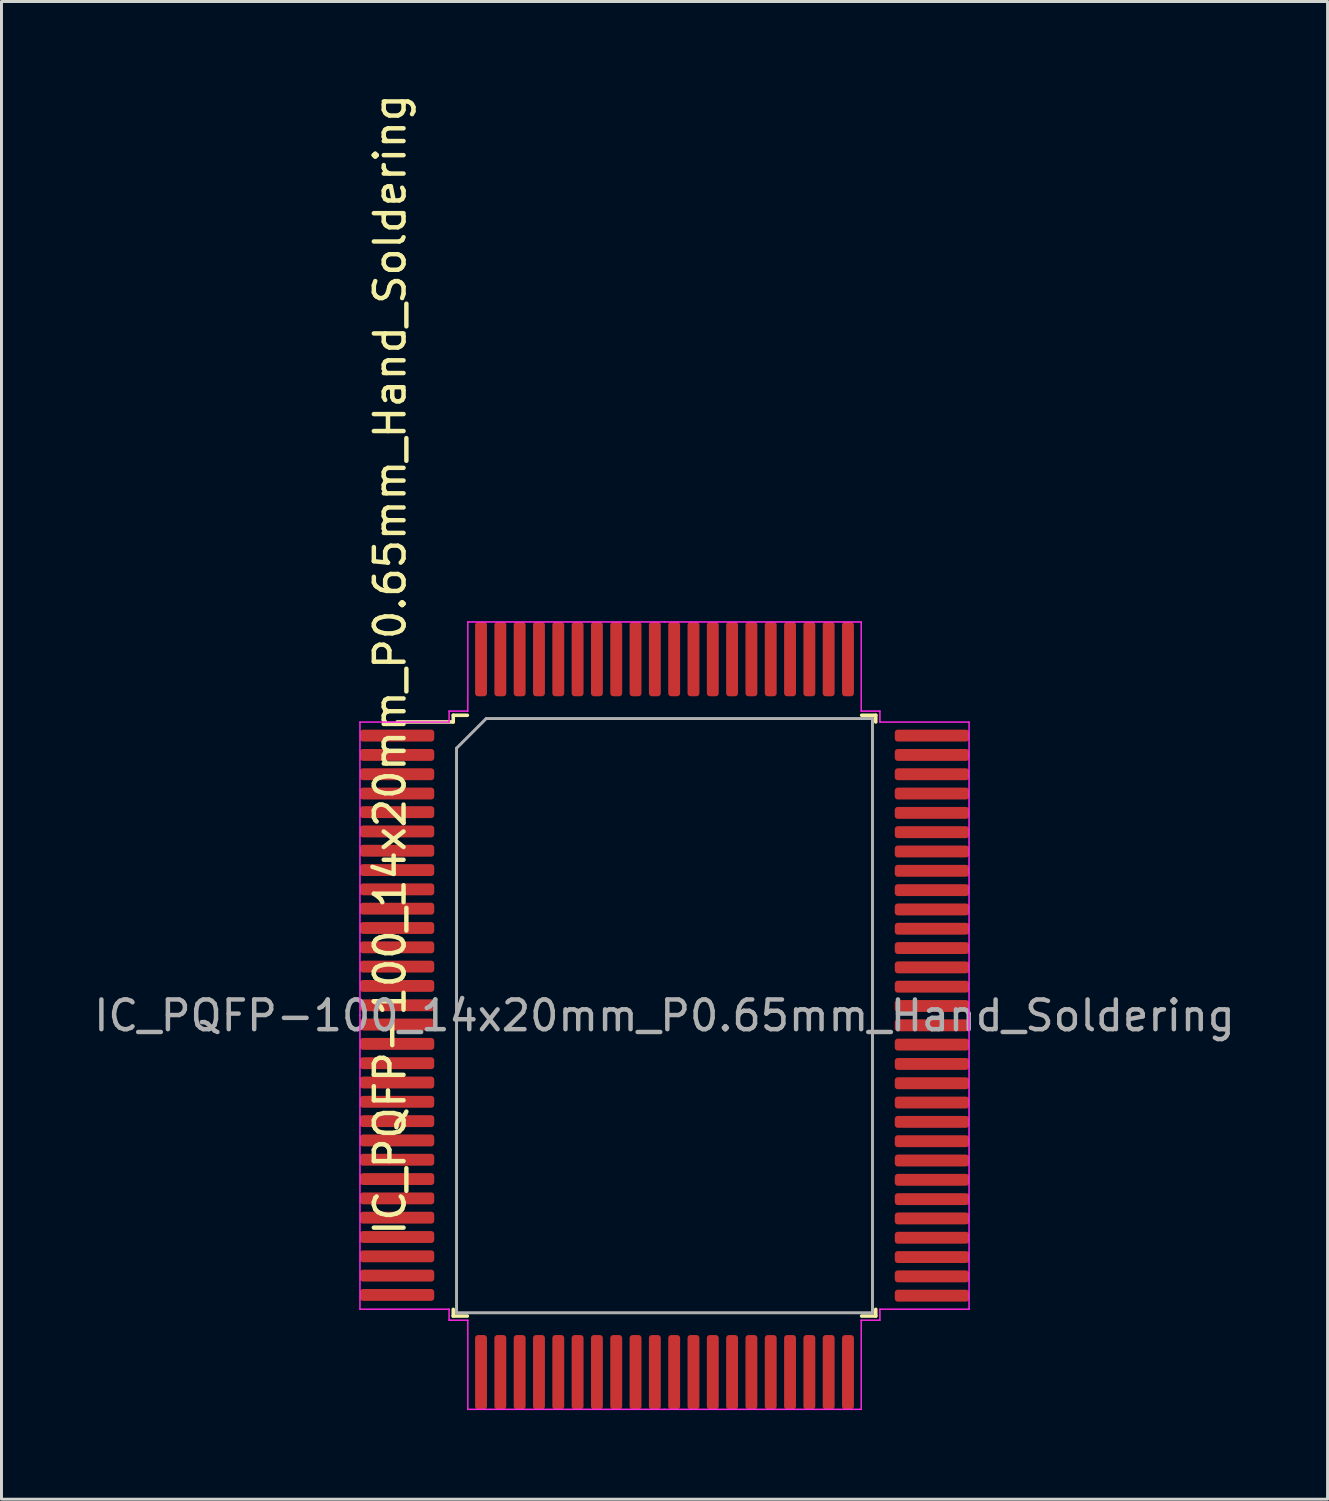
<source format=kicad_pcb>
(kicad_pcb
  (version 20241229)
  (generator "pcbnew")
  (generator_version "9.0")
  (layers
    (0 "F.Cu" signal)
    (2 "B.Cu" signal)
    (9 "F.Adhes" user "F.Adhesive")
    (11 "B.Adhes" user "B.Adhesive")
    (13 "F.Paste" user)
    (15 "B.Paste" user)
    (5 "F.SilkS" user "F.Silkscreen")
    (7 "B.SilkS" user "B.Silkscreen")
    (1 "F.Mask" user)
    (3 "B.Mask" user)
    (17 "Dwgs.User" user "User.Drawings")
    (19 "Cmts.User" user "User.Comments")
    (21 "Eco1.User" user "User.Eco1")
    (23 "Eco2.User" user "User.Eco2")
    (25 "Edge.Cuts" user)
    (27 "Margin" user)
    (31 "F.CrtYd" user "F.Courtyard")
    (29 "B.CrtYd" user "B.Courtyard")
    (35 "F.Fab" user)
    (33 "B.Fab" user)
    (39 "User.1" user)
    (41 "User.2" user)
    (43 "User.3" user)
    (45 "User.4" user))
  (footprint "IC_PQFP-100_14x20mm_P0.65mm_Hand_Soldering"
    (layer "F.Cu")
    (at 19.315 31.133)
    (property "Reference" "IC_PQFP-100_14x20mm_P0.65mm_Hand_Soldering" (at -9.238 -11.818 90) (layer "F.SilkS") (effects (font (size 1 1) (thickness 0.15))))
    (attr smd)
    (fp_line (start -7.11 -10.11) (end -7.11 -9.885) (stroke (width 0.12) (type solid)) (layer "F.SilkS"))
    (fp_line (start -7.11 -9.885) (end -9 -9.885) (stroke (width 0.12) (type solid)) (layer "F.SilkS"))
    (fp_line (start -7.11 10.11) (end -7.11 9.885) (stroke (width 0.12) (type solid)) (layer "F.SilkS"))
    (fp_line (start -6.635 -10.11) (end -7.11 -10.11) (stroke (width 0.12) (type solid)) (layer "F.SilkS"))
    (fp_line (start -6.635 10.11) (end -7.11 10.11) (stroke (width 0.12) (type solid)) (layer "F.SilkS"))
    (fp_line (start 6.635 -10.11) (end 7.11 -10.11) (stroke (width 0.12) (type solid)) (layer "F.SilkS"))
    (fp_line (start 6.635 10.11) (end 7.11 10.11) (stroke (width 0.12) (type solid)) (layer "F.SilkS"))
    (fp_line (start 7.11 -10.11) (end 7.11 -9.885) (stroke (width 0.12) (type solid)) (layer "F.SilkS"))
    (fp_line (start 7.11 10.11) (end 7.11 9.885) (stroke (width 0.12) (type solid)) (layer "F.SilkS"))
    (fp_line (start -10.25 -9.88) (end -10.25 0) (stroke (width 0.05) (type solid)) (layer "F.CrtYd"))
    (fp_line (start -10.25 9.88) (end -10.25 0) (stroke (width 0.05) (type solid)) (layer "F.CrtYd"))
    (fp_line (start -7.25 -10.25) (end -7.25 -9.88) (stroke (width 0.05) (type solid)) (layer "F.CrtYd"))
    (fp_line (start -7.25 -9.88) (end -10.25 -9.88) (stroke (width 0.05) (type solid)) (layer "F.CrtYd"))
    (fp_line (start -7.25 9.88) (end -10.25 9.88) (stroke (width 0.05) (type solid)) (layer "F.CrtYd"))
    (fp_line (start -7.25 10.25) (end -7.25 9.88) (stroke (width 0.05) (type solid)) (layer "F.CrtYd"))
    (fp_line (start -6.62 -13.25) (end -6.62 -10.25) (stroke (width 0.05) (type solid)) (layer "F.CrtYd"))
    (fp_line (start -6.62 -10.25) (end -7.25 -10.25) (stroke (width 0.05) (type solid)) (layer "F.CrtYd"))
    (fp_line (start -6.62 10.25) (end -7.25 10.25) (stroke (width 0.05) (type solid)) (layer "F.CrtYd"))
    (fp_line (start -6.62 13.25) (end -6.62 10.25) (stroke (width 0.05) (type solid)) (layer "F.CrtYd"))
    (fp_line (start 0 -13.25) (end -6.62 -13.25) (stroke (width 0.05) (type solid)) (layer "F.CrtYd"))
    (fp_line (start 0 -13.25) (end 6.62 -13.25) (stroke (width 0.05) (type solid)) (layer "F.CrtYd"))
    (fp_line (start 0 13.25) (end -6.62 13.25) (stroke (width 0.05) (type solid)) (layer "F.CrtYd"))
    (fp_line (start 0 13.25) (end 6.62 13.25) (stroke (width 0.05) (type solid)) (layer "F.CrtYd"))
    (fp_line (start 6.62 -13.25) (end 6.62 -10.25) (stroke (width 0.05) (type solid)) (layer "F.CrtYd"))
    (fp_line (start 6.62 -10.25) (end 7.25 -10.25) (stroke (width 0.05) (type solid)) (layer "F.CrtYd"))
    (fp_line (start 6.62 10.25) (end 7.25 10.25) (stroke (width 0.05) (type solid)) (layer "F.CrtYd"))
    (fp_line (start 6.62 13.25) (end 6.62 10.25) (stroke (width 0.05) (type solid)) (layer "F.CrtYd"))
    (fp_line (start 7.25 -10.25) (end 7.25 -9.88) (stroke (width 0.05) (type solid)) (layer "F.CrtYd"))
    (fp_line (start 7.25 -9.88) (end 10.25 -9.88) (stroke (width 0.05) (type solid)) (layer "F.CrtYd"))
    (fp_line (start 7.25 9.88) (end 10.25 9.88) (stroke (width 0.05) (type solid)) (layer "F.CrtYd"))
    (fp_line (start 7.25 10.25) (end 7.25 9.88) (stroke (width 0.05) (type solid)) (layer "F.CrtYd"))
    (fp_line (start 10.25 -9.88) (end 10.25 0) (stroke (width 0.05) (type solid)) (layer "F.CrtYd"))
    (fp_line (start 10.25 9.88) (end 10.25 0) (stroke (width 0.05) (type solid)) (layer "F.CrtYd"))
    (fp_line (start -7 -9) (end -6 -10) (stroke (width 0.1) (type solid)) (layer "F.Fab"))
    (fp_line (start -7 10) (end -7 -9) (stroke (width 0.1) (type solid)) (layer "F.Fab"))
    (fp_line (start -6 -10) (end 7 -10) (stroke (width 0.1) (type solid)) (layer "F.Fab"))
    (fp_line (start 7 -10) (end 7 10) (stroke (width 0.1) (type solid)) (layer "F.Fab"))
    (fp_line (start 7 10) (end -7 10) (stroke (width 0.1) (type solid)) (layer "F.Fab"))
    (fp_text user "${REFERENCE}" (at 0 0 0) (layer "F.Fab") (effects (font (size 1 1) (thickness 0.15))))
    (pad "1" smd roundrect (at -9 -9.425) (size 2.5 0.4) (layers "F.Cu" "F.Mask" "F.Paste") (roundrect_rratio 0.25))
    (pad "2" smd roundrect (at -9 -8.775) (size 2.5 0.4) (layers "F.Cu" "F.Mask" "F.Paste") (roundrect_rratio 0.25))
    (pad "3" smd roundrect (at -9 -8.125) (size 2.5 0.4) (layers "F.Cu" "F.Mask" "F.Paste") (roundrect_rratio 0.25))
    (pad "4" smd roundrect (at -9 -7.475) (size 2.5 0.4) (layers "F.Cu" "F.Mask" "F.Paste") (roundrect_rratio 0.25))
    (pad "5" smd roundrect (at -9 -6.85) (size 2.5 0.4) (layers "F.Cu" "F.Mask" "F.Paste") (roundrect_rratio 0.25))
    (pad "6" smd roundrect (at -9 -6.2) (size 2.5 0.4) (layers "F.Cu" "F.Mask" "F.Paste") (roundrect_rratio 0.25))
    (pad "7" smd roundrect (at -9 -5.55) (size 2.5 0.4) (layers "F.Cu" "F.Mask" "F.Paste") (roundrect_rratio 0.25))
    (pad "8" smd roundrect (at -9 -4.9) (size 2.5 0.4) (layers "F.Cu" "F.Mask" "F.Paste") (roundrect_rratio 0.25))
    (pad "9" smd roundrect (at -9 -4.25) (size 2.5 0.4) (layers "F.Cu" "F.Mask" "F.Paste") (roundrect_rratio 0.25))
    (pad "10" smd roundrect (at -9 -3.6) (size 2.5 0.4) (layers "F.Cu" "F.Mask" "F.Paste") (roundrect_rratio 0.25))
    (pad "11" smd roundrect (at -9 -2.95) (size 2.5 0.4) (layers "F.Cu" "F.Mask" "F.Paste") (roundrect_rratio 0.25))
    (pad "12" smd roundrect (at -9 -2.3) (size 2.5 0.4) (layers "F.Cu" "F.Mask" "F.Paste") (roundrect_rratio 0.25))
    (pad "13" smd roundrect (at -9 -1.65) (size 2.5 0.4) (layers "F.Cu" "F.Mask" "F.Paste") (roundrect_rratio 0.25))
    (pad "14" smd roundrect (at -9 -1) (size 2.5 0.4) (layers "F.Cu" "F.Mask" "F.Paste") (roundrect_rratio 0.25))
    (pad "15" smd roundrect (at -9 -0.35) (size 2.5 0.4) (layers "F.Cu" "F.Mask" "F.Paste") (roundrect_rratio 0.25))
    (pad "16" smd roundrect (at -9 0.3) (size 2.5 0.4) (layers "F.Cu" "F.Mask" "F.Paste") (roundrect_rratio 0.25))
    (pad "17" smd roundrect (at -9 0.95) (size 2.5 0.4) (layers "F.Cu" "F.Mask" "F.Paste") (roundrect_rratio 0.25))
    (pad "18" smd roundrect (at -9 1.6) (size 2.5 0.4) (layers "F.Cu" "F.Mask" "F.Paste") (roundrect_rratio 0.25))
    (pad "19" smd roundrect (at -9 2.25) (size 2.5 0.4) (layers "F.Cu" "F.Mask" "F.Paste") (roundrect_rratio 0.25))
    (pad "20" smd roundrect (at -9 2.9) (size 2.5 0.4) (layers "F.Cu" "F.Mask" "F.Paste") (roundrect_rratio 0.25))
    (pad "21" smd roundrect (at -9 3.55) (size 2.5 0.4) (layers "F.Cu" "F.Mask" "F.Paste") (roundrect_rratio 0.25))
    (pad "22" smd roundrect (at -9 4.2) (size 2.5 0.4) (layers "F.Cu" "F.Mask" "F.Paste") (roundrect_rratio 0.25))
    (pad "23" smd roundrect (at -9 4.85) (size 2.5 0.4) (layers "F.Cu" "F.Mask" "F.Paste") (roundrect_rratio 0.25))
    (pad "24" smd roundrect (at -9 5.5) (size 2.5 0.4) (layers "F.Cu" "F.Mask" "F.Paste") (roundrect_rratio 0.25))
    (pad "25" smd roundrect (at -9 6.15) (size 2.5 0.4) (layers "F.Cu" "F.Mask" "F.Paste") (roundrect_rratio 0.25))
    (pad "26" smd roundrect (at -9 6.8) (size 2.5 0.4) (layers "F.Cu" "F.Mask" "F.Paste") (roundrect_rratio 0.25))
    (pad "27" smd roundrect (at -9 7.45) (size 2.5 0.4) (layers "F.Cu" "F.Mask" "F.Paste") (roundrect_rratio 0.25))
    (pad "28" smd roundrect (at -9 8.1) (size 2.5 0.4) (layers "F.Cu" "F.Mask" "F.Paste") (roundrect_rratio 0.25))
    (pad "29" smd roundrect (at -9 8.75) (size 2.5 0.4) (layers "F.Cu" "F.Mask" "F.Paste") (roundrect_rratio 0.25))
    (pad "30" smd roundrect (at -9 9.4) (size 2.5 0.4) (layers "F.Cu" "F.Mask" "F.Paste") (roundrect_rratio 0.25))
    (pad "31" smd roundrect (at -6.175 12 90) (size 2.5 0.4) (layers "F.Cu" "F.Mask" "F.Paste") (roundrect_rratio 0.25))
    (pad "32" smd roundrect (at -5.525 12 90) (size 2.5 0.4) (layers "F.Cu" "F.Mask" "F.Paste") (roundrect_rratio 0.25))
    (pad "33" smd roundrect (at -4.875 12 90) (size 2.5 0.4) (layers "F.Cu" "F.Mask" "F.Paste") (roundrect_rratio 0.25))
    (pad "34" smd roundrect (at -4.225 12 90) (size 2.5 0.4) (layers "F.Cu" "F.Mask" "F.Paste") (roundrect_rratio 0.25))
    (pad "35" smd roundrect (at -3.575 12 90) (size 2.5 0.4) (layers "F.Cu" "F.Mask" "F.Paste") (roundrect_rratio 0.25))
    (pad "36" smd roundrect (at -2.925 12 90) (size 2.5 0.4) (layers "F.Cu" "F.Mask" "F.Paste") (roundrect_rratio 0.25))
    (pad "37" smd roundrect (at -2.275 12 90) (size 2.5 0.4) (layers "F.Cu" "F.Mask" "F.Paste") (roundrect_rratio 0.25))
    (pad "38" smd roundrect (at -1.625 12 90) (size 2.5 0.4) (layers "F.Cu" "F.Mask" "F.Paste") (roundrect_rratio 0.25))
    (pad "39" smd roundrect (at -0.975 12 90) (size 2.5 0.4) (layers "F.Cu" "F.Mask" "F.Paste") (roundrect_rratio 0.25))
    (pad "40" smd roundrect (at -0.325 12 90) (size 2.5 0.4) (layers "F.Cu" "F.Mask" "F.Paste") (roundrect_rratio 0.25))
    (pad "41" smd roundrect (at 0.325 12 90) (size 2.5 0.4) (layers "F.Cu" "F.Mask" "F.Paste") (roundrect_rratio 0.25))
    (pad "42" smd roundrect (at 0.975 12 90) (size 2.5 0.4) (layers "F.Cu" "F.Mask" "F.Paste") (roundrect_rratio 0.25))
    (pad "43" smd roundrect (at 1.625 12 90) (size 2.5 0.4) (layers "F.Cu" "F.Mask" "F.Paste") (roundrect_rratio 0.25))
    (pad "44" smd roundrect (at 2.275 12 90) (size 2.5 0.4) (layers "F.Cu" "F.Mask" "F.Paste") (roundrect_rratio 0.25))
    (pad "45" smd roundrect (at 2.925 12 90) (size 2.5 0.4) (layers "F.Cu" "F.Mask" "F.Paste") (roundrect_rratio 0.25))
    (pad "46" smd roundrect (at 3.575 12 90) (size 2.5 0.4) (layers "F.Cu" "F.Mask" "F.Paste") (roundrect_rratio 0.25))
    (pad "47" smd roundrect (at 4.225 12 90) (size 2.5 0.4) (layers "F.Cu" "F.Mask" "F.Paste") (roundrect_rratio 0.25))
    (pad "48" smd roundrect (at 4.875 12 90) (size 2.5 0.4) (layers "F.Cu" "F.Mask" "F.Paste") (roundrect_rratio 0.25))
    (pad "49" smd roundrect (at 5.525 12 90) (size 2.5 0.4) (layers "F.Cu" "F.Mask" "F.Paste") (roundrect_rratio 0.25))
    (pad "50" smd roundrect (at 6.175 12 90) (size 2.5 0.4) (layers "F.Cu" "F.Mask" "F.Paste") (roundrect_rratio 0.25))
    (pad "51" smd roundrect (at 9 9.425) (size 2.5 0.4) (layers "F.Cu" "F.Mask" "F.Paste") (roundrect_rratio 0.25))
    (pad "52" smd roundrect (at 9 8.775) (size 2.5 0.4) (layers "F.Cu" "F.Mask" "F.Paste") (roundrect_rratio 0.25))
    (pad "53" smd roundrect (at 9 8.125) (size 2.5 0.4) (layers "F.Cu" "F.Mask" "F.Paste") (roundrect_rratio 0.25))
    (pad "54" smd roundrect (at 9 7.475) (size 2.5 0.4) (layers "F.Cu" "F.Mask" "F.Paste") (roundrect_rratio 0.25))
    (pad "55" smd roundrect (at 9 6.825) (size 2.5 0.4) (layers "F.Cu" "F.Mask" "F.Paste") (roundrect_rratio 0.25))
    (pad "56" smd roundrect (at 9 6.175) (size 2.5 0.4) (layers "F.Cu" "F.Mask" "F.Paste") (roundrect_rratio 0.25))
    (pad "57" smd roundrect (at 9 5.525) (size 2.5 0.4) (layers "F.Cu" "F.Mask" "F.Paste") (roundrect_rratio 0.25))
    (pad "58" smd roundrect (at 9 4.875) (size 2.5 0.4) (layers "F.Cu" "F.Mask" "F.Paste") (roundrect_rratio 0.25))
    (pad "59" smd roundrect (at 9 4.225) (size 2.5 0.4) (layers "F.Cu" "F.Mask" "F.Paste") (roundrect_rratio 0.25))
    (pad "60" smd roundrect (at 9 3.575) (size 2.5 0.4) (layers "F.Cu" "F.Mask" "F.Paste") (roundrect_rratio 0.25))
    (pad "61" smd roundrect (at 9 2.925) (size 2.5 0.4) (layers "F.Cu" "F.Mask" "F.Paste") (roundrect_rratio 0.25))
    (pad "62" smd roundrect (at 9 2.275) (size 2.5 0.4) (layers "F.Cu" "F.Mask" "F.Paste") (roundrect_rratio 0.25))
    (pad "63" smd roundrect (at 9 1.625) (size 2.5 0.4) (layers "F.Cu" "F.Mask" "F.Paste") (roundrect_rratio 0.25))
    (pad "64" smd roundrect (at 9 0.975) (size 2.5 0.4) (layers "F.Cu" "F.Mask" "F.Paste") (roundrect_rratio 0.25))
    (pad "65" smd roundrect (at 9 0.325) (size 2.5 0.4) (layers "F.Cu" "F.Mask" "F.Paste") (roundrect_rratio 0.25))
    (pad "66" smd roundrect (at 9 -0.325) (size 2.5 0.4) (layers "F.Cu" "F.Mask" "F.Paste") (roundrect_rratio 0.25))
    (pad "67" smd roundrect (at 9 -0.975) (size 2.5 0.4) (layers "F.Cu" "F.Mask" "F.Paste") (roundrect_rratio 0.25))
    (pad "68" smd roundrect (at 9 -1.625) (size 2.5 0.4) (layers "F.Cu" "F.Mask" "F.Paste") (roundrect_rratio 0.25))
    (pad "69" smd roundrect (at 9 -2.275) (size 2.5 0.4) (layers "F.Cu" "F.Mask" "F.Paste") (roundrect_rratio 0.25))
    (pad "70" smd roundrect (at 9 -2.925) (size 2.5 0.4) (layers "F.Cu" "F.Mask" "F.Paste") (roundrect_rratio 0.25))
    (pad "71" smd roundrect (at 9 -3.575) (size 2.5 0.4) (layers "F.Cu" "F.Mask" "F.Paste") (roundrect_rratio 0.25))
    (pad "72" smd roundrect (at 9 -4.225) (size 2.5 0.4) (layers "F.Cu" "F.Mask" "F.Paste") (roundrect_rratio 0.25))
    (pad "73" smd roundrect (at 9 -4.875) (size 2.5 0.4) (layers "F.Cu" "F.Mask" "F.Paste") (roundrect_rratio 0.25))
    (pad "74" smd roundrect (at 9 -5.525) (size 2.5 0.4) (layers "F.Cu" "F.Mask" "F.Paste") (roundrect_rratio 0.25))
    (pad "75" smd roundrect (at 9 -6.175) (size 2.5 0.4) (layers "F.Cu" "F.Mask" "F.Paste") (roundrect_rratio 0.25))
    (pad "76" smd roundrect (at 9 -6.825) (size 2.5 0.4) (layers "F.Cu" "F.Mask" "F.Paste") (roundrect_rratio 0.25))
    (pad "77" smd roundrect (at 9 -7.475) (size 2.5 0.4) (layers "F.Cu" "F.Mask" "F.Paste") (roundrect_rratio 0.25))
    (pad "78" smd roundrect (at 9 -8.125) (size 2.5 0.4) (layers "F.Cu" "F.Mask" "F.Paste") (roundrect_rratio 0.25))
    (pad "79" smd roundrect (at 9 -8.775) (size 2.5 0.4) (layers "F.Cu" "F.Mask" "F.Paste") (roundrect_rratio 0.25))
    (pad "80" smd roundrect (at 9 -9.425) (size 2.5 0.4) (layers "F.Cu" "F.Mask" "F.Paste") (roundrect_rratio 0.25))
    (pad "81" smd roundrect (at 6.175 -12 90) (size 2.5 0.4) (layers "F.Cu" "F.Mask" "F.Paste") (roundrect_rratio 0.25))
    (pad "82" smd roundrect (at 5.525 -12 90) (size 2.5 0.4) (layers "F.Cu" "F.Mask" "F.Paste") (roundrect_rratio 0.25))
    (pad "83" smd roundrect (at 4.875 -12 90) (size 2.5 0.4) (layers "F.Cu" "F.Mask" "F.Paste") (roundrect_rratio 0.25))
    (pad "84" smd roundrect (at 4.225 -12 90) (size 2.5 0.4) (layers "F.Cu" "F.Mask" "F.Paste") (roundrect_rratio 0.25))
    (pad "85" smd roundrect (at 3.575 -12 90) (size 2.5 0.4) (layers "F.Cu" "F.Mask" "F.Paste") (roundrect_rratio 0.25))
    (pad "86" smd roundrect (at 2.925 -12 90) (size 2.5 0.4) (layers "F.Cu" "F.Mask" "F.Paste") (roundrect_rratio 0.25))
    (pad "87" smd roundrect (at 2.275 -12 90) (size 2.5 0.4) (layers "F.Cu" "F.Mask" "F.Paste") (roundrect_rratio 0.25))
    (pad "88" smd roundrect (at 1.625 -12 90) (size 2.5 0.4) (layers "F.Cu" "F.Mask" "F.Paste") (roundrect_rratio 0.25))
    (pad "89" smd roundrect (at 0.975 -12 90) (size 2.5 0.4) (layers "F.Cu" "F.Mask" "F.Paste") (roundrect_rratio 0.25))
    (pad "90" smd roundrect (at 0.325 -12 90) (size 2.5 0.4) (layers "F.Cu" "F.Mask" "F.Paste") (roundrect_rratio 0.25))
    (pad "91" smd roundrect (at -0.325 -12 90) (size 2.5 0.4) (layers "F.Cu" "F.Mask" "F.Paste") (roundrect_rratio 0.25))
    (pad "92" smd roundrect (at -0.975 -12 90) (size 2.5 0.4) (layers "F.Cu" "F.Mask" "F.Paste") (roundrect_rratio 0.25))
    (pad "93" smd roundrect (at -1.625 -12 90) (size 2.5 0.4) (layers "F.Cu" "F.Mask" "F.Paste") (roundrect_rratio 0.25))
    (pad "94" smd roundrect (at -2.275 -12 90) (size 2.5 0.4) (layers "F.Cu" "F.Mask" "F.Paste") (roundrect_rratio 0.25))
    (pad "95" smd roundrect (at -2.925 -12 90) (size 2.5 0.4) (layers "F.Cu" "F.Mask" "F.Paste") (roundrect_rratio 0.25))
    (pad "96" smd roundrect (at -3.575 -12 90) (size 2.5 0.4) (layers "F.Cu" "F.Mask" "F.Paste") (roundrect_rratio 0.25))
    (pad "97" smd roundrect (at -4.225 -12 90) (size 2.5 0.4) (layers "F.Cu" "F.Mask" "F.Paste") (roundrect_rratio 0.25))
    (pad "98" smd roundrect (at -4.875 -12 90) (size 2.5 0.4) (layers "F.Cu" "F.Mask" "F.Paste") (roundrect_rratio 0.25))
    (pad "99" smd roundrect (at -5.525 -12 90) (size 2.5 0.4) (layers "F.Cu" "F.Mask" "F.Paste") (roundrect_rratio 0.25))
    (pad "100" smd roundrect (at -6.175 -12 90) (size 2.5 0.4) (layers "F.Cu" "F.Mask" "F.Paste") (roundrect_rratio 0.25)))
  (gr_rect
    (start -3 -3)
    (end 41.631 47.408)
    (stroke (width 0.1) (type default))
    (fill no)
    (layer "Edge.Cuts")))
</source>
